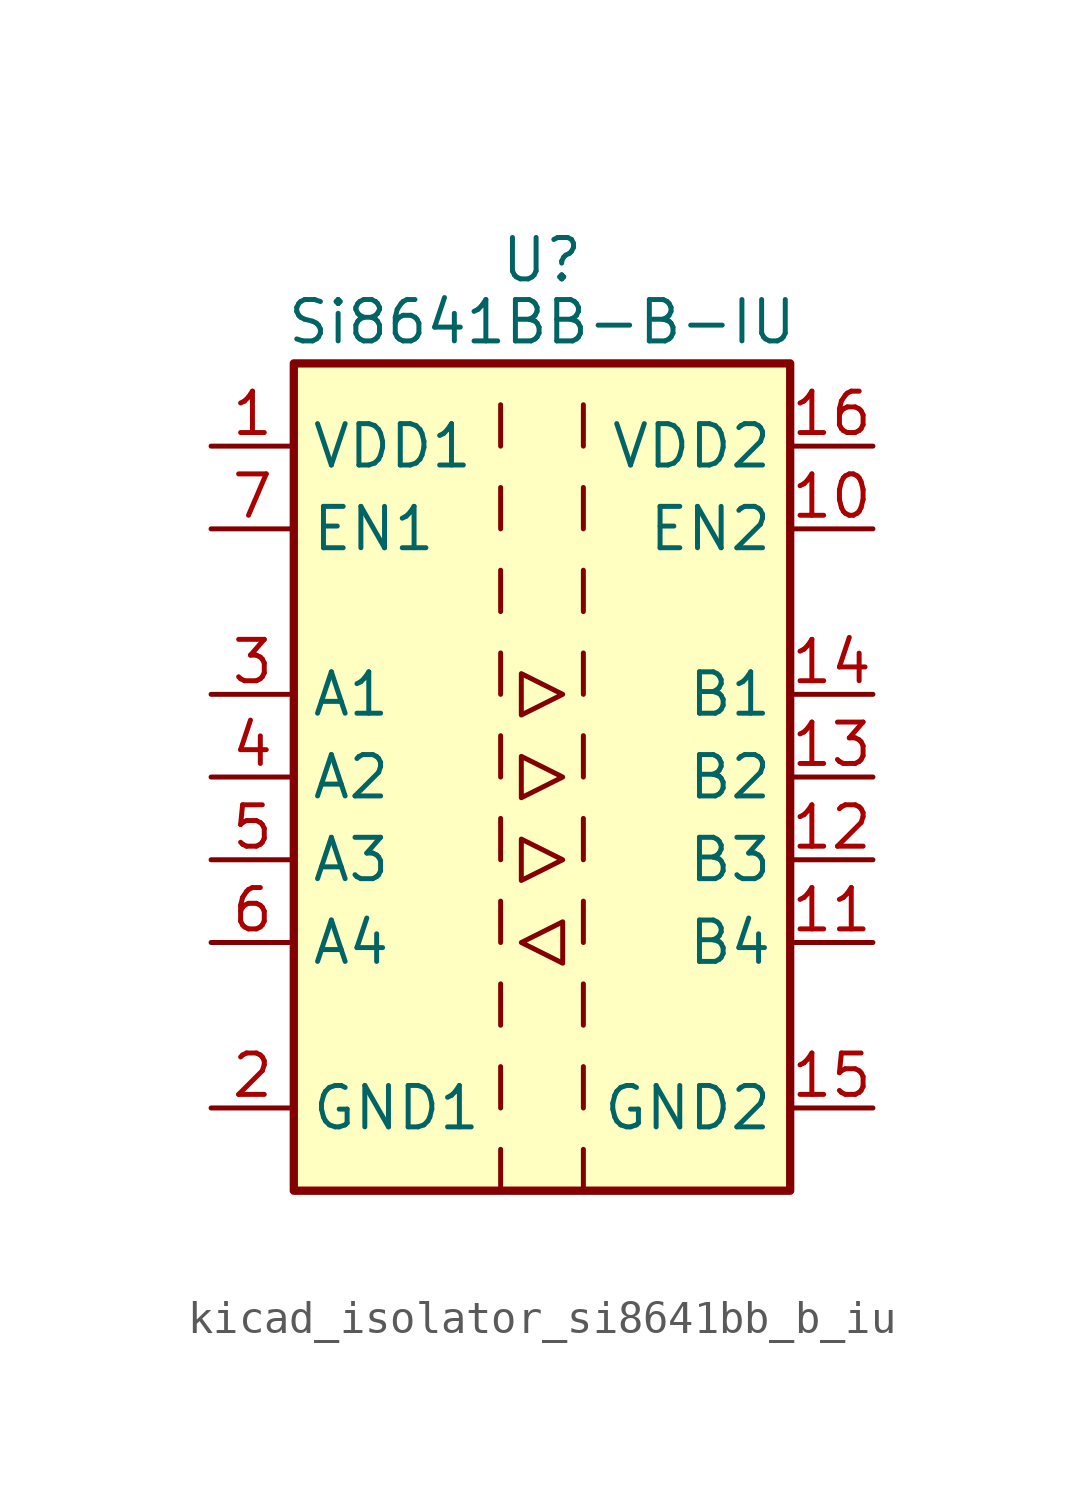
<source format=kicad_sym>
(kicad_symbol_lib
  (version 20220914)
  (generator kicad_symbol_editor)
  (symbol "kicad_isolator_si8641bb_b_iu"
    (property "Reference" "U"
      (at 0 15.875 0)
      (effects (font (size 1.27 1.27))))
    (property "Value" "Si8641BB-B-IU"
      (at 0 13.97 0)
      (effects (font (size 1.27 1.27))))
    (symbol "kicad_isolator_si8641bb_b_iu_0_1"
      (rectangle (start -7.62 12.7) (end 7.62 -12.7) (stroke (width 0.254) (type default)) (fill (type background)))
      (polyline (pts (xy -1.27 -11.43) (xy -1.27 -12.7)) (stroke (width 0) (type default)) (fill (type none)))
      (polyline (pts (xy -1.27 -8.89) (xy -1.27 -10.16)) (stroke (width 0) (type default)) (fill (type none)))
      (polyline (pts (xy -1.27 -6.35) (xy -1.27 -7.62)) (stroke (width 0) (type default)) (fill (type none)))
      (polyline (pts (xy -1.27 -3.81) (xy -1.27 -5.08)) (stroke (width 0) (type default)) (fill (type none)))
      (polyline (pts (xy -1.27 -1.27) (xy -1.27 -2.54)) (stroke (width 0) (type default)) (fill (type none)))
      (polyline (pts (xy -1.27 1.27) (xy -1.27 0)) (stroke (width 0) (type default)) (fill (type none)))
      (polyline (pts (xy -1.27 3.81) (xy -1.27 2.54)) (stroke (width 0) (type default)) (fill (type none)))
      (polyline (pts (xy -1.27 6.35) (xy -1.27 5.08)) (stroke (width 0) (type default)) (fill (type none)))
      (polyline (pts (xy -1.27 8.89) (xy -1.27 7.62)) (stroke (width 0) (type default)) (fill (type none)))
      (polyline (pts (xy -1.27 11.43) (xy -1.27 10.16)) (stroke (width 0) (type default)) (fill (type none)))
      (polyline (pts (xy 1.27 -11.43) (xy 1.27 -12.7)) (stroke (width 0) (type default)) (fill (type none)))
      (polyline (pts (xy 1.27 -8.89) (xy 1.27 -10.16)) (stroke (width 0) (type default)) (fill (type none)))
      (polyline (pts (xy 1.27 -6.35) (xy 1.27 -7.62)) (stroke (width 0) (type default)) (fill (type none)))
      (polyline (pts (xy 1.27 -3.81) (xy 1.27 -5.08)) (stroke (width 0) (type default)) (fill (type none)))
      (polyline (pts (xy 1.27 -1.27) (xy 1.27 -2.54)) (stroke (width 0) (type default)) (fill (type none)))
      (polyline (pts (xy 1.27 1.27) (xy 1.27 0)) (stroke (width 0) (type default)) (fill (type none)))
      (polyline (pts (xy 1.27 3.81) (xy 1.27 2.54)) (stroke (width 0) (type default)) (fill (type none)))
      (polyline (pts (xy 1.27 6.35) (xy 1.27 5.08)) (stroke (width 0) (type default)) (fill (type none)))
      (polyline (pts (xy 1.27 8.89) (xy 1.27 7.62)) (stroke (width 0) (type default)) (fill (type none)))
      (polyline (pts (xy 1.27 11.43) (xy 1.27 10.16)) (stroke (width 0) (type default)) (fill (type none)))
      (polyline (pts (xy -0.635 -5.08) (xy 0.635 -4.445) (xy 0.635 -5.715) (xy -0.635 -5.08)) (stroke (width 0) (type default)) (fill (type none)))
      (polyline (pts (xy -0.635 0.635) (xy -0.635 -0.635) (xy 0.635 0) (xy -0.635 0.635)) (stroke (width 0) (type default)) (fill (type none)))
      (polyline (pts (xy -0.635 3.175) (xy -0.635 1.905) (xy 0.635 2.54) (xy -0.635 3.175)) (stroke (width 0) (type default)) (fill (type none)))
      (polyline (pts (xy 0.635 -2.54) (xy -0.635 -1.905) (xy -0.635 -3.175) (xy 0.635 -2.54)) (stroke (width 0) (type default)) (fill (type none))))
    (symbol "kicad_isolator_si8641bb_b_iu_1_1"
      (pin power_in line (at -10.16 10.16 0) (length 2.54) (name "VDD1" (effects (font (size 1.27 1.27)))) (number "1" (effects (font (size 1.27 1.27)))))
      (pin input line (at 10.16 7.62 180) (length 2.54) (name "EN2" (effects (font (size 1.27 1.27)))) (number "10" (effects (font (size 1.27 1.27)))))
      (pin input line (at 10.16 -5.08 180) (length 2.54) (name "B4" (effects (font (size 1.27 1.27)))) (number "11" (effects (font (size 1.27 1.27)))))
      (pin output line (at 10.16 -2.54 180) (length 2.54) (name "B3" (effects (font (size 1.27 1.27)))) (number "12" (effects (font (size 1.27 1.27)))))
      (pin output line (at 10.16 0 180) (length 2.54) (name "B2" (effects (font (size 1.27 1.27)))) (number "13" (effects (font (size 1.27 1.27)))))
      (pin output line (at 10.16 2.54 180) (length 2.54) (name "B1" (effects (font (size 1.27 1.27)))) (number "14" (effects (font (size 1.27 1.27)))))
      (pin power_in line (at 10.16 -10.16 180) (length 2.54) (name "GND2" (effects (font (size 1.27 1.27)))) (number "15" (effects (font (size 1.27 1.27)))))
      (pin power_in line (at 10.16 10.16 180) (length 2.54) (name "VDD2" (effects (font (size 1.27 1.27)))) (number "16" (effects (font (size 1.27 1.27)))))
      (pin power_in line (at -10.16 -10.16 0) (length 2.54) (name "GND1" (effects (font (size 1.27 1.27)))) (number "2" (effects (font (size 1.27 1.27)))))
      (pin input line (at -10.16 2.54 0) (length 2.54) (name "A1" (effects (font (size 1.27 1.27)))) (number "3" (effects (font (size 1.27 1.27)))))
      (pin input line (at -10.16 0 0) (length 2.54) (name "A2" (effects (font (size 1.27 1.27)))) (number "4" (effects (font (size 1.27 1.27)))))
      (pin input line (at -10.16 -2.54 0) (length 2.54) (name "A3" (effects (font (size 1.27 1.27)))) (number "5" (effects (font (size 1.27 1.27)))))
      (pin output line (at -10.16 -5.08 0) (length 2.54) (name "A4" (effects (font (size 1.27 1.27)))) (number "6" (effects (font (size 1.27 1.27)))))
      (pin input line (at -10.16 7.62 0) (length 2.54) (name "EN1" (effects (font (size 1.27 1.27)))) (number "7" (effects (font (size 1.27 1.27)))))
      (pin passive line (at -10.16 -10.16 0) (length 2.54) hide (name "GND1" (effects (font (size 1.27 1.27)))) (number "8" (effects (font (size 1.27 1.27)))))
      (pin passive line (at 10.16 -10.16 180) (length 2.54) hide (name "GND2" (effects (font (size 1.27 1.27)))) (number "9" (effects (font (size 1.27 1.27))))))))
</source>
